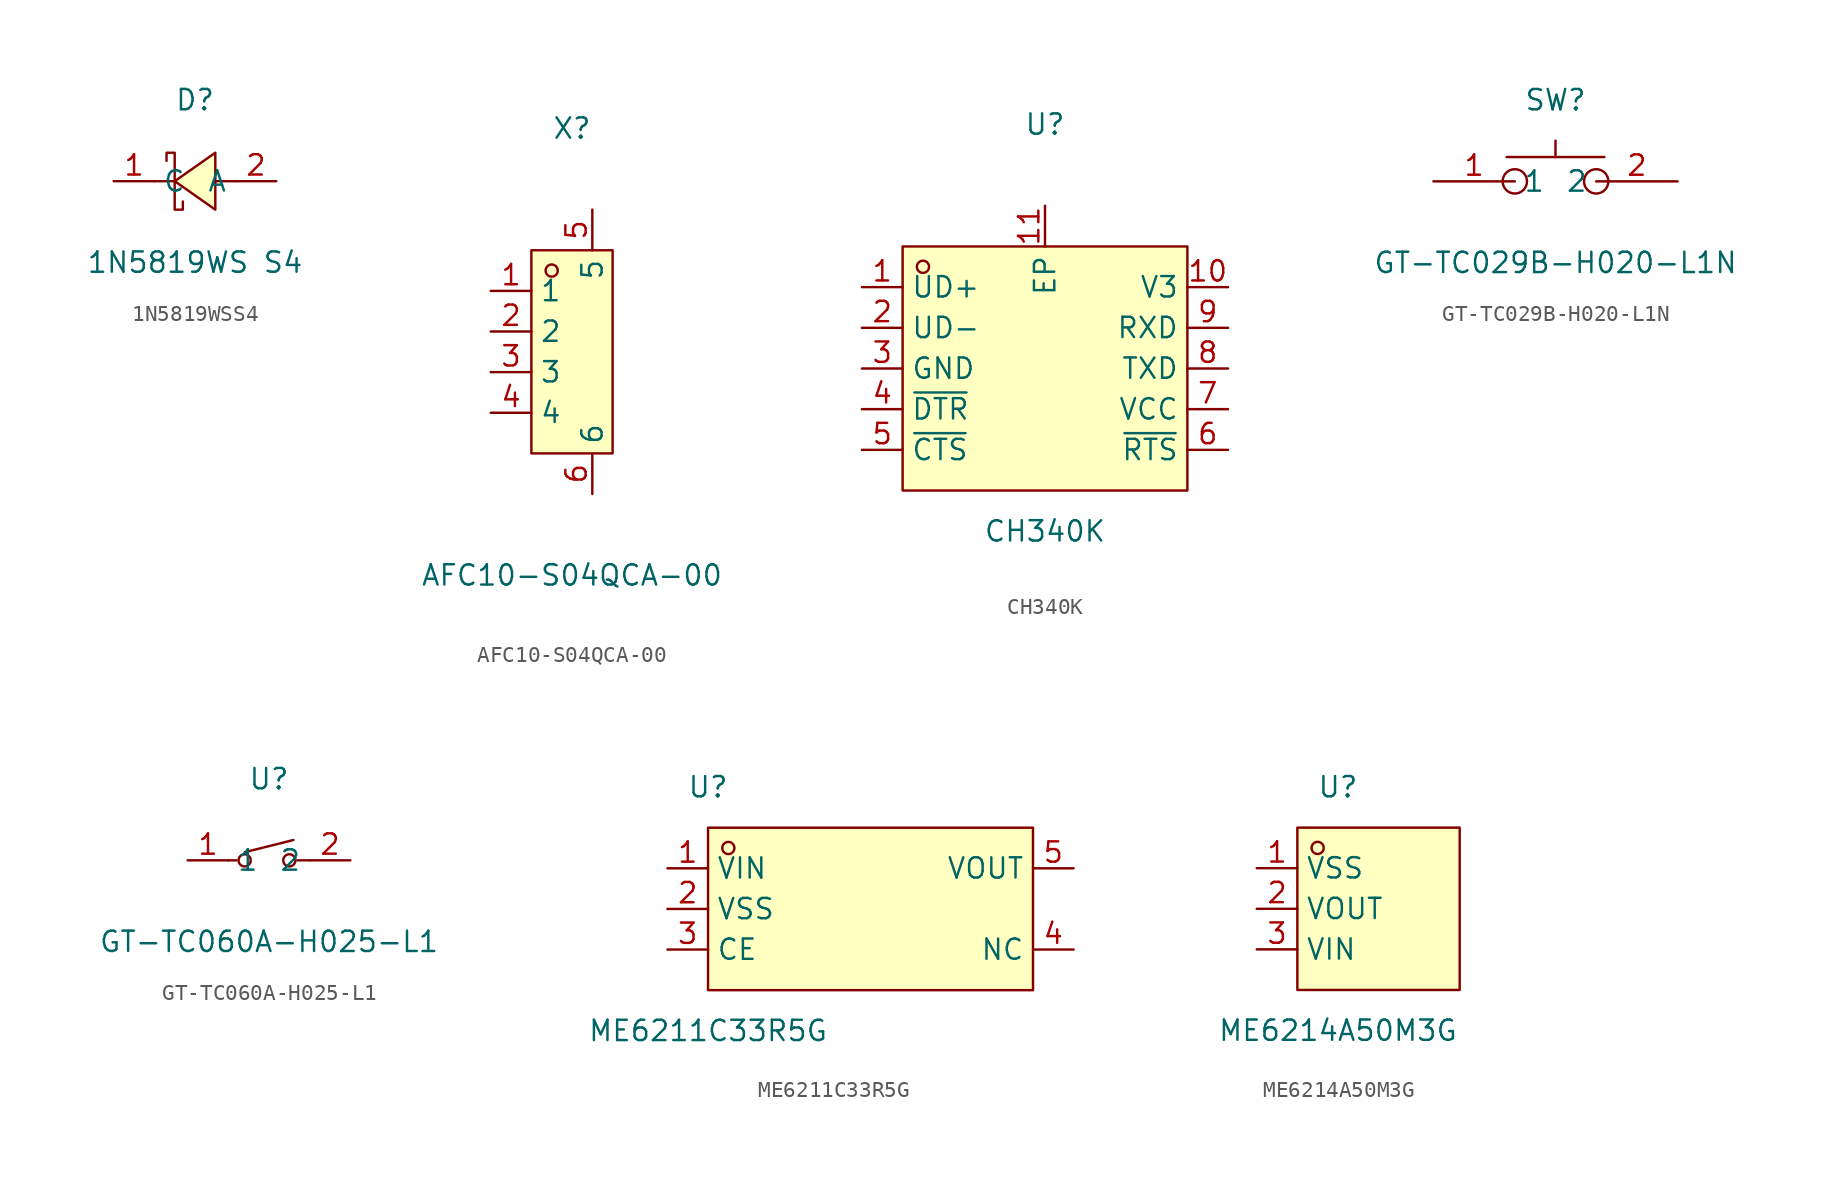
<source format=kicad_sym>
(kicad_symbol_lib
  (version 20211014)
  (generator https://github.com/uPesy/easyeda2kicad.py)
  (symbol "1N5819WSS4"
    (property "Reference" "D"
      (at 0 5.08 0)
      (effects (font (size 1.27 1.27))))
    (property "Value" "1N5819WS S4"
      (at 0 -5.08 0)
      (effects (font (size 1.27 1.27))))
    (symbol "1N5819WSS4_0_1"
      (polyline (pts (xy 1.27 1.78) (xy -1.27 -0.00) (xy 1.27 -1.78) (xy 1.27 1.78)) (stroke (width 0) (type default) (color 0 0 0 0)) (fill (type background)))
      (polyline (pts (xy -1.78 1.27) (xy -1.78 1.78) (xy -1.27 1.78) (xy -1.27 -1.78) (xy -0.76 -1.78) (xy -0.76 -1.27)) (stroke (width 0) (type default) (color 0 0 0 0)) (fill (type none)))
      (polyline (pts (xy 2.54 -0.00) (xy 1.27 -0.00)) (stroke (width 0) (type default) (color 0 0 0 0)) (fill (type none)))
      (polyline (pts (xy -1.27 -0.00) (xy -2.54 -0.00)) (stroke (width 0) (type default) (color 0 0 0 0)) (fill (type none)))
      (pin unspecified line (at -5.08 -0.00 0) (length 2.54) (name "C" (effects (font (size 1.27 1.27)))) (number "1" (effects (font (size 1.27 1.27)))))
      (pin unspecified line (at 5.08 -0.00 180) (length 2.54) (name "A" (effects (font (size 1.27 1.27)))) (number "2" (effects (font (size 1.27 1.27)))))))
  (symbol "AFC10-S04QCA-00"
    (property "Reference" "X"
      (at 0 13.97 0)
      (effects (font (size 1.27 1.27))))
    (property "Value" "AFC10-S04QCA-00"
      (at 0 -13.97 0)
      (effects (font (size 1.27 1.27))))
    (symbol "AFC10-S04QCA-00_0_1"
      (rectangle (start -2.54 6.35) (end 2.54 -6.35) (stroke (width 0) (type default) (color 0 0 0 0)) (fill (type background)))
      (circle (center -1.27 5.08) (radius 0.38) (stroke (width 0) (type default) (color 0 0 0 0)) (fill (type none)))
      (pin unspecified line (at -5.08 3.81 0) (length 2.54) (name "1" (effects (font (size 1.27 1.27)))) (number "1" (effects (font (size 1.27 1.27)))))
      (pin unspecified line (at -5.08 1.27 0) (length 2.54) (name "2" (effects (font (size 1.27 1.27)))) (number "2" (effects (font (size 1.27 1.27)))))
      (pin unspecified line (at -5.08 -1.27 0) (length 2.54) (name "3" (effects (font (size 1.27 1.27)))) (number "3" (effects (font (size 1.27 1.27)))))
      (pin unspecified line (at -5.08 -3.81 0) (length 2.54) (name "4" (effects (font (size 1.27 1.27)))) (number "4" (effects (font (size 1.27 1.27)))))
      (pin unspecified line (at 1.27 8.89 270) (length 2.54) (name "5" (effects (font (size 1.27 1.27)))) (number "5" (effects (font (size 1.27 1.27)))))
      (pin unspecified line (at 1.27 -8.89 90) (length 2.54) (name "6" (effects (font (size 1.27 1.27)))) (number "6" (effects (font (size 1.27 1.27)))))))
  (symbol "CH340K"
    (property "Reference" "U"
      (at 0 15.24 0)
      (effects (font (size 1.27 1.27))))
    (property "Value" "CH340K"
      (at 0 -10.16 0)
      (effects (font (size 1.27 1.27))))
    (symbol "CH340K_0_1"
      (rectangle (start -8.89 7.62) (end 8.89 -7.62) (stroke (width 0) (type default) (color 0 0 0 0)) (fill (type background)))
      (circle (center -7.62 6.35) (radius 0.38) (stroke (width 0) (type default) (color 0 0 0 0)) (fill (type none)))
      (pin unspecified line (at -11.43 5.08 0) (length 2.54) (name "UD+" (effects (font (size 1.27 1.27)))) (number "1" (effects (font (size 1.27 1.27)))))
      (pin unspecified line (at -11.43 2.54 0) (length 2.54) (name "UD-" (effects (font (size 1.27 1.27)))) (number "2" (effects (font (size 1.27 1.27)))))
      (pin unspecified line (at -11.43 -0.00 0) (length 2.54) (name "GND" (effects (font (size 1.27 1.27)))) (number "3" (effects (font (size 1.27 1.27)))))
      (pin unspecified line (at -11.43 -2.54 0) (length 2.54) (name "~{DTR}" (effects (font (size 1.27 1.27)))) (number "4" (effects (font (size 1.27 1.27)))))
      (pin unspecified line (at -11.43 -5.08 0) (length 2.54) (name "~{CTS}" (effects (font (size 1.27 1.27)))) (number "5" (effects (font (size 1.27 1.27)))))
      (pin unspecified line (at 11.43 -5.08 180) (length 2.54) (name "~{RTS}" (effects (font (size 1.27 1.27)))) (number "6" (effects (font (size 1.27 1.27)))))
      (pin unspecified line (at 11.43 -2.54 180) (length 2.54) (name "VCC" (effects (font (size 1.27 1.27)))) (number "7" (effects (font (size 1.27 1.27)))))
      (pin unspecified line (at 11.43 -0.00 180) (length 2.54) (name "TXD" (effects (font (size 1.27 1.27)))) (number "8" (effects (font (size 1.27 1.27)))))
      (pin unspecified line (at 11.43 2.54 180) (length 2.54) (name "RXD" (effects (font (size 1.27 1.27)))) (number "9" (effects (font (size 1.27 1.27)))))
      (pin unspecified line (at 11.43 5.08 180) (length 2.54) (name "V3" (effects (font (size 1.27 1.27)))) (number "10" (effects (font (size 1.27 1.27)))))
      (pin unspecified line (at 0.00 10.16 270) (length 2.54) (name "EP" (effects (font (size 1.27 1.27)))) (number "11" (effects (font (size 1.27 1.27)))))))
  (symbol "GT-TC029B-H020-L1N"
    (property "Reference" "SW"
      (at 0 5.08 0)
      (effects (font (size 1.27 1.27))))
    (property "Value" "GT-TC029B-H020-L1N"
      (at 0 -5.08 0)
      (effects (font (size 1.27 1.27))))
    (symbol "GT-TC029B-H020-L1N_0_1"
      (circle (center -2.54 -0.00) (radius 0.76) (stroke (width 0) (type default) (color 0 0 0 0)) (fill (type none)))
      (circle (center 2.54 -0.00) (radius 0.76) (stroke (width 0) (type default) (color 0 0 0 0)) (fill (type none)))
      (polyline (pts (xy -3.05 1.52) (xy 3.05 1.52)) (stroke (width 0) (type default) (color 0 0 0 0)) (fill (type none)))
      (polyline (pts (xy 0.00 1.52) (xy 0.00 2.54)) (stroke (width 0) (type default) (color 0 0 0 0)) (fill (type none)))
      (pin unspecified line (at -7.62 -0.00 0) (length 5.08) (name "1" (effects (font (size 1.27 1.27)))) (number "1" (effects (font (size 1.27 1.27)))))
      (pin unspecified line (at 7.62 -0.00 180) (length 5.08) (name "2" (effects (font (size 1.27 1.27)))) (number "2" (effects (font (size 1.27 1.27)))))))
  (symbol "GT-TC060A-H025-L1"
    (property "Reference" "U"
      (at 0 5.08 0)
      (effects (font (size 1.27 1.27))))
    (property "Value" "GT-TC060A-H025-L1"
      (at 0 -5.08 0)
      (effects (font (size 1.27 1.27))))
    (symbol "GT-TC060A-H025-L1_0_1"
      (circle (center 1.27 -0.00) (radius 0.38) (stroke (width 0) (type default) (color 0 0 0 0)) (fill (type none)))
      (circle (center -1.52 -0.00) (radius 0.38) (stroke (width 0) (type default) (color 0 0 0 0)) (fill (type none)))
      (polyline (pts (xy -1.52 0.51) (xy 1.52 1.27)) (stroke (width 0) (type default) (color 0 0 0 0)) (fill (type none)))
      (polyline (pts (xy -2.03 -0.00) (xy -2.54 -0.00)) (stroke (width 0) (type default) (color 0 0 0 0)) (fill (type none)))
      (polyline (pts (xy 1.78 -0.00) (xy 2.54 -0.00)) (stroke (width 0) (type default) (color 0 0 0 0)) (fill (type none)))
      (pin unspecified line (at 5.08 -0.00 180) (length 2.54) (name "2" (effects (font (size 1.27 1.27)))) (number "2" (effects (font (size 1.27 1.27)))))
      (pin unspecified line (at -5.08 -0.00 0) (length 2.54) (name "1" (effects (font (size 1.27 1.27)))) (number "1" (effects (font (size 1.27 1.27)))))))
  (symbol "ME6211C33R5G"
    (property "Reference" "U"
      (at 0 7.62 0)
      (effects (font (size 1.27 1.27))))
    (property "Value" "ME6211C33R5G"
      (at 0 -7.62 0)
      (effects (font (size 1.27 1.27))))
    (symbol "ME6211C33R5G_0_1"
      (rectangle (start 0.00 5.08) (end 20.32 -5.08) (stroke (width 0) (type default) (color 0 0 0 0)) (fill (type background)))
      (circle (center 1.27 3.81) (radius 0.38) (stroke (width 0) (type default) (color 0 0 0 0)) (fill (type none)))
      (pin unspecified line (at -2.54 2.54 0) (length 2.54) (name "VIN" (effects (font (size 1.27 1.27)))) (number "1" (effects (font (size 1.27 1.27)))))
      (pin unspecified line (at -2.54 -0.00 0) (length 2.54) (name "VSS" (effects (font (size 1.27 1.27)))) (number "2" (effects (font (size 1.27 1.27)))))
      (pin unspecified line (at -2.54 -2.54 0) (length 2.54) (name "CE" (effects (font (size 1.27 1.27)))) (number "3" (effects (font (size 1.27 1.27)))))
      (pin unspecified line (at 22.86 -2.54 180) (length 2.54) (name "NC" (effects (font (size 1.27 1.27)))) (number "4" (effects (font (size 1.27 1.27)))))
      (pin unspecified line (at 22.86 2.54 180) (length 2.54) (name "VOUT" (effects (font (size 1.27 1.27)))) (number "5" (effects (font (size 1.27 1.27)))))))
  (symbol "ME6214A50M3G"
    (property "Reference" "U"
      (at 0 7.62 0)
      (effects (font (size 1.27 1.27))))
    (property "Value" "ME6214A50M3G"
      (at 0 -7.62 0)
      (effects (font (size 1.27 1.27))))
    (symbol "ME6214A50M3G_0_1"
      (rectangle (start -2.54 5.08) (end 7.62 -5.08) (stroke (width 0) (type default) (color 0 0 0 0)) (fill (type background)))
      (circle (center -1.27 3.81) (radius 0.38) (stroke (width 0) (type default) (color 0 0 0 0)) (fill (type none)))
      (pin unspecified line (at -5.08 2.54 0) (length 2.54) (name "VSS" (effects (font (size 1.27 1.27)))) (number "1" (effects (font (size 1.27 1.27)))))
      (pin unspecified line (at -5.08 -0.00 0) (length 2.54) (name "VOUT" (effects (font (size 1.27 1.27)))) (number "2" (effects (font (size 1.27 1.27)))))
      (pin unspecified line (at -5.08 -2.54 0) (length 2.54) (name "VIN" (effects (font (size 1.27 1.27)))) (number "3" (effects (font (size 1.27 1.27))))))))
</source>
